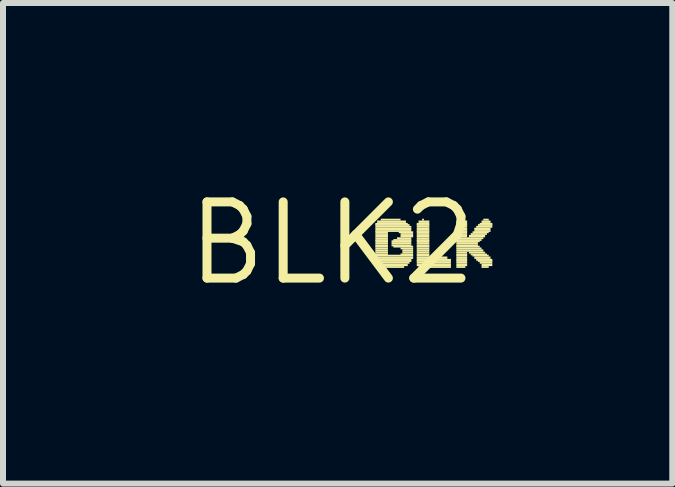
<source format=kicad_pcb>
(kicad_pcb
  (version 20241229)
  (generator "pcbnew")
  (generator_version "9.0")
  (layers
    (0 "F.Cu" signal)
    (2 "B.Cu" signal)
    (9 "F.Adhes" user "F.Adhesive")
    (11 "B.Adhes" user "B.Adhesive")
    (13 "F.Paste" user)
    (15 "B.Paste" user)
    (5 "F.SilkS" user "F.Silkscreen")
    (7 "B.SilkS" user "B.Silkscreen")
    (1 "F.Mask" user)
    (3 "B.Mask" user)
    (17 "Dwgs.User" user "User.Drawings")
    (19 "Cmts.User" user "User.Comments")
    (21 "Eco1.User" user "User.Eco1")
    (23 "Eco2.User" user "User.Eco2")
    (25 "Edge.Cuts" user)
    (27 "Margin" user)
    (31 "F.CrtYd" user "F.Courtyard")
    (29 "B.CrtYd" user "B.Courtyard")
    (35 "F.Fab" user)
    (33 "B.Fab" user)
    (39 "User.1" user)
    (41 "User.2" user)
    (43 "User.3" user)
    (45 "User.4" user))
  (footprint "BLK2"
    (layer "F.Cu")
    (at 2.487 1.006)
    (property "Reference" "BLK2" (at 0 0 0) (layer "F.SilkS") (effects (font (size 1.27 1.27) (thickness 0.15))))
    (fp_poly (pts (xy 0.72 -0.31) (xy 1.26 -0.31) (xy 1.26 -0.34) (xy 0.72 -0.34)) (stroke (width 0) (type solid)) (fill yes) (layer "F.SilkS"))
    (fp_poly (pts (xy 0.72 -0.29) (xy 1.29 -0.29) (xy 1.29 -0.32) (xy 0.72 -0.32)) (stroke (width 0) (type solid)) (fill yes) (layer "F.SilkS"))
    (fp_poly (pts (xy 0.72 -0.26) (xy 1.32 -0.26) (xy 1.32 -0.29) (xy 0.72 -0.29)) (stroke (width 0) (type solid)) (fill yes) (layer "F.SilkS"))
    (fp_poly (pts (xy 0.72 -0.22) (xy 1.32 -0.22) (xy 1.32 -0.26) (xy 0.72 -0.26)) (stroke (width 0) (type solid)) (fill yes) (layer "F.SilkS"))
    (fp_poly (pts (xy 0.72 -0.19) (xy 1.32 -0.19) (xy 1.32 -0.22) (xy 0.72 -0.22)) (stroke (width 0) (type solid)) (fill yes) (layer "F.SilkS"))
    (fp_poly (pts (xy 0.72 -0.17) (xy 0.93 -0.17) (xy 0.93 -0.2) (xy 0.72 -0.2)) (stroke (width 0) (type solid)) (fill yes) (layer "F.SilkS"))
    (fp_poly (pts (xy 0.72 -0.14) (xy 0.93 -0.14) (xy 0.93 -0.17) (xy 0.72 -0.17)) (stroke (width 0) (type solid)) (fill yes) (layer "F.SilkS"))
    (fp_poly (pts (xy 0.72 -0.1) (xy 0.93 -0.1) (xy 0.93 -0.14) (xy 0.72 -0.14)) (stroke (width 0) (type solid)) (fill yes) (layer "F.SilkS"))
    (fp_poly (pts (xy 0.72 -0.07) (xy 0.93 -0.07) (xy 0.93 -0.1) (xy 0.72 -0.1)) (stroke (width 0) (type solid)) (fill yes) (layer "F.SilkS"))
    (fp_poly (pts (xy 0.72 -0.04) (xy 0.93 -0.04) (xy 0.93 -0.07) (xy 0.72 -0.07)) (stroke (width 0) (type solid)) (fill yes) (layer "F.SilkS"))
    (fp_poly (pts (xy 0.72 -0.02) (xy 0.93 -0.02) (xy 0.93 -0.05) (xy 0.72 -0.05)) (stroke (width 0) (type solid)) (fill yes) (layer "F.SilkS"))
    (fp_poly (pts (xy 0.72 0.02) (xy 0.93 0.02) (xy 0.93 -0.02) (xy 0.72 -0.02)) (stroke (width 0) (type solid)) (fill yes) (layer "F.SilkS"))
    (fp_poly (pts (xy 0.72 0.05) (xy 0.93 0.05) (xy 0.93 0.02) (xy 0.72 0.02)) (stroke (width 0) (type solid)) (fill yes) (layer "F.SilkS"))
    (fp_poly (pts (xy 0.72 0.07) (xy 0.93 0.07) (xy 0.93 0.04) (xy 0.72 0.04)) (stroke (width 0) (type solid)) (fill yes) (layer "F.SilkS"))
    (fp_poly (pts (xy 0.72 0.1) (xy 0.93 0.1) (xy 0.93 0.07) (xy 0.72 0.07)) (stroke (width 0) (type solid)) (fill yes) (layer "F.SilkS"))
    (fp_poly (pts (xy 0.72 0.14) (xy 0.93 0.14) (xy 0.93 0.1) (xy 0.72 0.1)) (stroke (width 0) (type solid)) (fill yes) (layer "F.SilkS"))
    (fp_poly (pts (xy 0.72 0.17) (xy 0.93 0.17) (xy 0.93 0.14) (xy 0.72 0.14)) (stroke (width 0) (type solid)) (fill yes) (layer "F.SilkS"))
    (fp_poly (pts (xy 0.72 0.2) (xy 0.93 0.2) (xy 0.93 0.17) (xy 0.72 0.17)) (stroke (width 0) (type solid)) (fill yes) (layer "F.SilkS"))
    (fp_poly (pts (xy 0.72 0.22) (xy 1.35 0.22) (xy 1.35 0.19) (xy 0.72 0.19)) (stroke (width 0) (type solid)) (fill yes) (layer "F.SilkS"))
    (fp_poly (pts (xy 0.72 0.26) (xy 1.35 0.26) (xy 1.35 0.22) (xy 0.72 0.22)) (stroke (width 0) (type solid)) (fill yes) (layer "F.SilkS"))
    (fp_poly (pts (xy 0.72 0.29) (xy 1.32 0.29) (xy 1.32 0.26) (xy 0.72 0.26)) (stroke (width 0) (type solid)) (fill yes) (layer "F.SilkS"))
    (fp_poly (pts (xy 0.72 0.31) (xy 1.32 0.31) (xy 1.32 0.28) (xy 0.72 0.28)) (stroke (width 0) (type solid)) (fill yes) (layer "F.SilkS"))
    (fp_poly (pts (xy 0.72 0.34) (xy 1.29 0.34) (xy 1.29 0.31) (xy 0.72 0.31)) (stroke (width 0) (type solid)) (fill yes) (layer "F.SilkS"))
    (fp_poly (pts (xy 0.72 0.38) (xy 1.26 0.38) (xy 1.26 0.34) (xy 0.72 0.34)) (stroke (width 0) (type solid)) (fill yes) (layer "F.SilkS"))
    (fp_poly (pts (xy 0.75 -0.34) (xy 1.23 -0.34) (xy 1.23 -0.38) (xy 0.75 -0.38)) (stroke (width 0) (type solid)) (fill yes) (layer "F.SilkS"))
    (fp_poly (pts (xy 0.75 0.41) (xy 1.2 0.41) (xy 1.2 0.38) (xy 0.75 0.38)) (stroke (width 0) (type solid)) (fill yes) (layer "F.SilkS"))
    (fp_poly (pts (xy 0.81 -0.38) (xy 1.14 -0.38) (xy 1.14 -0.41) (xy 0.81 -0.41)) (stroke (width 0) (type solid)) (fill yes) (layer "F.SilkS"))
    (fp_poly (pts (xy 0.99 -0.02) (xy 1.32 -0.02) (xy 1.32 -0.05) (xy 0.99 -0.05)) (stroke (width 0) (type solid)) (fill yes) (layer "F.SilkS"))
    (fp_poly (pts (xy 0.99 0.02) (xy 1.32 0.02) (xy 1.32 -0.02) (xy 0.99 -0.02)) (stroke (width 0) (type solid)) (fill yes) (layer "F.SilkS"))
    (fp_poly (pts (xy 0.99 0.05) (xy 1.32 0.05) (xy 1.32 0.02) (xy 0.99 0.02)) (stroke (width 0) (type solid)) (fill yes) (layer "F.SilkS"))
    (fp_poly (pts (xy 1.02 -0.04) (xy 1.32 -0.04) (xy 1.32 -0.07) (xy 1.02 -0.07)) (stroke (width 0) (type solid)) (fill yes) (layer "F.SilkS"))
    (fp_poly (pts (xy 1.02 0.07) (xy 1.35 0.07) (xy 1.35 0.04) (xy 1.02 0.04)) (stroke (width 0) (type solid)) (fill yes) (layer "F.SilkS"))
    (fp_poly (pts (xy 1.08 -0.07) (xy 1.32 -0.07) (xy 1.32 -0.1) (xy 1.08 -0.1)) (stroke (width 0) (type solid)) (fill yes) (layer "F.SilkS"))
    (fp_poly (pts (xy 1.11 -0.17) (xy 1.35 -0.17) (xy 1.35 -0.2) (xy 1.11 -0.2)) (stroke (width 0) (type solid)) (fill yes) (layer "F.SilkS"))
    (fp_poly (pts (xy 1.14 -0.14) (xy 1.35 -0.14) (xy 1.35 -0.17) (xy 1.14 -0.17)) (stroke (width 0) (type solid)) (fill yes) (layer "F.SilkS"))
    (fp_poly (pts (xy 1.14 -0.1) (xy 1.35 -0.1) (xy 1.35 -0.14) (xy 1.14 -0.14)) (stroke (width 0) (type solid)) (fill yes) (layer "F.SilkS"))
    (fp_poly (pts (xy 1.14 0.1) (xy 1.35 0.1) (xy 1.35 0.07) (xy 1.14 0.07)) (stroke (width 0) (type solid)) (fill yes) (layer "F.SilkS"))
    (fp_poly (pts (xy 1.14 0.2) (xy 1.35 0.2) (xy 1.35 0.17) (xy 1.14 0.17)) (stroke (width 0) (type solid)) (fill yes) (layer "F.SilkS"))
    (fp_poly (pts (xy 1.17 0.14) (xy 1.35 0.14) (xy 1.35 0.1) (xy 1.17 0.1)) (stroke (width 0) (type solid)) (fill yes) (layer "F.SilkS"))
    (fp_poly (pts (xy 1.17 0.17) (xy 1.35 0.17) (xy 1.35 0.14) (xy 1.17 0.14)) (stroke (width 0) (type solid)) (fill yes) (layer "F.SilkS"))
    (fp_poly (pts (xy 1.41 -0.31) (xy 1.62 -0.31) (xy 1.62 -0.34) (xy 1.41 -0.34)) (stroke (width 0) (type solid)) (fill yes) (layer "F.SilkS"))
    (fp_poly (pts (xy 1.41 -0.29) (xy 1.62 -0.29) (xy 1.62 -0.32) (xy 1.41 -0.32)) (stroke (width 0) (type solid)) (fill yes) (layer "F.SilkS"))
    (fp_poly (pts (xy 1.41 -0.26) (xy 1.62 -0.26) (xy 1.62 -0.29) (xy 1.41 -0.29)) (stroke (width 0) (type solid)) (fill yes) (layer "F.SilkS"))
    (fp_poly (pts (xy 1.41 -0.22) (xy 1.62 -0.22) (xy 1.62 -0.26) (xy 1.41 -0.26)) (stroke (width 0) (type solid)) (fill yes) (layer "F.SilkS"))
    (fp_poly (pts (xy 1.41 -0.19) (xy 1.62 -0.19) (xy 1.62 -0.22) (xy 1.41 -0.22)) (stroke (width 0) (type solid)) (fill yes) (layer "F.SilkS"))
    (fp_poly (pts (xy 1.41 -0.17) (xy 1.62 -0.17) (xy 1.62 -0.2) (xy 1.41 -0.2)) (stroke (width 0) (type solid)) (fill yes) (layer "F.SilkS"))
    (fp_poly (pts (xy 1.41 -0.14) (xy 1.62 -0.14) (xy 1.62 -0.17) (xy 1.41 -0.17)) (stroke (width 0) (type solid)) (fill yes) (layer "F.SilkS"))
    (fp_poly (pts (xy 1.41 -0.1) (xy 1.62 -0.1) (xy 1.62 -0.14) (xy 1.41 -0.14)) (stroke (width 0) (type solid)) (fill yes) (layer "F.SilkS"))
    (fp_poly (pts (xy 1.41 -0.07) (xy 1.62 -0.07) (xy 1.62 -0.1) (xy 1.41 -0.1)) (stroke (width 0) (type solid)) (fill yes) (layer "F.SilkS"))
    (fp_poly (pts (xy 1.41 -0.04) (xy 1.62 -0.04) (xy 1.62 -0.07) (xy 1.41 -0.07)) (stroke (width 0) (type solid)) (fill yes) (layer "F.SilkS"))
    (fp_poly (pts (xy 1.41 -0.02) (xy 1.62 -0.02) (xy 1.62 -0.05) (xy 1.41 -0.05)) (stroke (width 0) (type solid)) (fill yes) (layer "F.SilkS"))
    (fp_poly (pts (xy 1.41 0.02) (xy 1.62 0.02) (xy 1.62 -0.02) (xy 1.41 -0.02)) (stroke (width 0) (type solid)) (fill yes) (layer "F.SilkS"))
    (fp_poly (pts (xy 1.41 0.05) (xy 1.62 0.05) (xy 1.62 0.02) (xy 1.41 0.02)) (stroke (width 0) (type solid)) (fill yes) (layer "F.SilkS"))
    (fp_poly (pts (xy 1.41 0.07) (xy 1.62 0.07) (xy 1.62 0.04) (xy 1.41 0.04)) (stroke (width 0) (type solid)) (fill yes) (layer "F.SilkS"))
    (fp_poly (pts (xy 1.41 0.1) (xy 1.62 0.1) (xy 1.62 0.07) (xy 1.41 0.07)) (stroke (width 0) (type solid)) (fill yes) (layer "F.SilkS"))
    (fp_poly (pts (xy 1.41 0.14) (xy 1.62 0.14) (xy 1.62 0.1) (xy 1.41 0.1)) (stroke (width 0) (type solid)) (fill yes) (layer "F.SilkS"))
    (fp_poly (pts (xy 1.41 0.17) (xy 1.62 0.17) (xy 1.62 0.14) (xy 1.41 0.14)) (stroke (width 0) (type solid)) (fill yes) (layer "F.SilkS"))
    (fp_poly (pts (xy 1.41 0.2) (xy 1.62 0.2) (xy 1.62 0.17) (xy 1.41 0.17)) (stroke (width 0) (type solid)) (fill yes) (layer "F.SilkS"))
    (fp_poly (pts (xy 1.41 0.22) (xy 1.62 0.22) (xy 1.62 0.19) (xy 1.41 0.19)) (stroke (width 0) (type solid)) (fill yes) (layer "F.SilkS"))
    (fp_poly (pts (xy 1.41 0.26) (xy 1.92 0.26) (xy 1.92 0.22) (xy 1.41 0.22)) (stroke (width 0) (type solid)) (fill yes) (layer "F.SilkS"))
    (fp_poly (pts (xy 1.41 0.29) (xy 1.98 0.29) (xy 1.98 0.26) (xy 1.41 0.26)) (stroke (width 0) (type solid)) (fill yes) (layer "F.SilkS"))
    (fp_poly (pts (xy 1.41 0.31) (xy 1.98 0.31) (xy 1.98 0.28) (xy 1.41 0.28)) (stroke (width 0) (type solid)) (fill yes) (layer "F.SilkS"))
    (fp_poly (pts (xy 1.41 0.34) (xy 1.98 0.34) (xy 1.98 0.31) (xy 1.41 0.31)) (stroke (width 0) (type solid)) (fill yes) (layer "F.SilkS"))
    (fp_poly (pts (xy 1.41 0.38) (xy 1.98 0.38) (xy 1.98 0.34) (xy 1.41 0.34)) (stroke (width 0) (type solid)) (fill yes) (layer "F.SilkS"))
    (fp_poly (pts (xy 1.44 -0.34) (xy 1.62 -0.34) (xy 1.62 -0.38) (xy 1.44 -0.38)) (stroke (width 0) (type solid)) (fill yes) (layer "F.SilkS"))
    (fp_poly (pts (xy 1.44 0.41) (xy 1.98 0.41) (xy 1.98 0.38) (xy 1.44 0.38)) (stroke (width 0) (type solid)) (fill yes) (layer "F.SilkS"))
    (fp_poly (pts (xy 1.5 -0.38) (xy 1.53 -0.38) (xy 1.53 -0.41) (xy 1.5 -0.41)) (stroke (width 0) (type solid)) (fill yes) (layer "F.SilkS"))
    (fp_poly (pts (xy 2.07 -0.34) (xy 2.25 -0.34) (xy 2.25 -0.38) (xy 2.07 -0.38)) (stroke (width 0) (type solid)) (fill yes) (layer "F.SilkS"))
    (fp_poly (pts (xy 2.07 -0.31) (xy 2.25 -0.31) (xy 2.25 -0.34) (xy 2.07 -0.34)) (stroke (width 0) (type solid)) (fill yes) (layer "F.SilkS"))
    (fp_poly (pts (xy 2.07 -0.29) (xy 2.25 -0.29) (xy 2.25 -0.32) (xy 2.07 -0.32)) (stroke (width 0) (type solid)) (fill yes) (layer "F.SilkS"))
    (fp_poly (pts (xy 2.07 -0.26) (xy 2.25 -0.26) (xy 2.25 -0.29) (xy 2.07 -0.29)) (stroke (width 0) (type solid)) (fill yes) (layer "F.SilkS"))
    (fp_poly (pts (xy 2.07 -0.22) (xy 2.25 -0.22) (xy 2.25 -0.26) (xy 2.07 -0.26)) (stroke (width 0) (type solid)) (fill yes) (layer "F.SilkS"))
    (fp_poly (pts (xy 2.07 -0.19) (xy 2.25 -0.19) (xy 2.25 -0.22) (xy 2.07 -0.22)) (stroke (width 0) (type solid)) (fill yes) (layer "F.SilkS"))
    (fp_poly (pts (xy 2.07 -0.17) (xy 2.25 -0.17) (xy 2.25 -0.2) (xy 2.07 -0.2)) (stroke (width 0) (type solid)) (fill yes) (layer "F.SilkS"))
    (fp_poly (pts (xy 2.07 -0.14) (xy 2.25 -0.14) (xy 2.25 -0.17) (xy 2.07 -0.17)) (stroke (width 0) (type solid)) (fill yes) (layer "F.SilkS"))
    (fp_poly (pts (xy 2.07 -0.1) (xy 2.25 -0.1) (xy 2.25 -0.14) (xy 2.07 -0.14)) (stroke (width 0) (type solid)) (fill yes) (layer "F.SilkS"))
    (fp_poly (pts (xy 2.07 -0.07) (xy 2.52 -0.07) (xy 2.52 -0.1) (xy 2.07 -0.1)) (stroke (width 0) (type solid)) (fill yes) (layer "F.SilkS"))
    (fp_poly (pts (xy 2.07 -0.04) (xy 2.49 -0.04) (xy 2.49 -0.07) (xy 2.07 -0.07)) (stroke (width 0) (type solid)) (fill yes) (layer "F.SilkS"))
    (fp_poly (pts (xy 2.07 -0.02) (xy 2.46 -0.02) (xy 2.46 -0.05) (xy 2.07 -0.05)) (stroke (width 0) (type solid)) (fill yes) (layer "F.SilkS"))
    (fp_poly (pts (xy 2.07 0.02) (xy 2.43 0.02) (xy 2.43 -0.02) (xy 2.07 -0.02)) (stroke (width 0) (type solid)) (fill yes) (layer "F.SilkS"))
    (fp_poly (pts (xy 2.07 0.05) (xy 2.43 0.05) (xy 2.43 0.02) (xy 2.07 0.02)) (stroke (width 0) (type solid)) (fill yes) (layer "F.SilkS"))
    (fp_poly (pts (xy 2.07 0.07) (xy 2.46 0.07) (xy 2.46 0.04) (xy 2.07 0.04)) (stroke (width 0) (type solid)) (fill yes) (layer "F.SilkS"))
    (fp_poly (pts (xy 2.07 0.1) (xy 2.49 0.1) (xy 2.49 0.07) (xy 2.07 0.07)) (stroke (width 0) (type solid)) (fill yes) (layer "F.SilkS"))
    (fp_poly (pts (xy 2.07 0.14) (xy 2.52 0.14) (xy 2.52 0.1) (xy 2.07 0.1)) (stroke (width 0) (type solid)) (fill yes) (layer "F.SilkS"))
    (fp_poly (pts (xy 2.07 0.17) (xy 2.25 0.17) (xy 2.25 0.14) (xy 2.07 0.14)) (stroke (width 0) (type solid)) (fill yes) (layer "F.SilkS"))
    (fp_poly (pts (xy 2.07 0.2) (xy 2.25 0.2) (xy 2.25 0.17) (xy 2.07 0.17)) (stroke (width 0) (type solid)) (fill yes) (layer "F.SilkS"))
    (fp_poly (pts (xy 2.07 0.22) (xy 2.25 0.22) (xy 2.25 0.19) (xy 2.07 0.19)) (stroke (width 0) (type solid)) (fill yes) (layer "F.SilkS"))
    (fp_poly (pts (xy 2.07 0.26) (xy 2.25 0.26) (xy 2.25 0.22) (xy 2.07 0.22)) (stroke (width 0) (type solid)) (fill yes) (layer "F.SilkS"))
    (fp_poly (pts (xy 2.07 0.29) (xy 2.25 0.29) (xy 2.25 0.26) (xy 2.07 0.26)) (stroke (width 0) (type solid)) (fill yes) (layer "F.SilkS"))
    (fp_poly (pts (xy 2.07 0.31) (xy 2.25 0.31) (xy 2.25 0.28) (xy 2.07 0.28)) (stroke (width 0) (type solid)) (fill yes) (layer "F.SilkS"))
    (fp_poly (pts (xy 2.07 0.34) (xy 2.25 0.34) (xy 2.25 0.31) (xy 2.07 0.31)) (stroke (width 0) (type solid)) (fill yes) (layer "F.SilkS"))
    (fp_poly (pts (xy 2.07 0.38) (xy 2.25 0.38) (xy 2.25 0.34) (xy 2.07 0.34)) (stroke (width 0) (type solid)) (fill yes) (layer "F.SilkS"))
    (fp_poly (pts (xy 2.07 0.41) (xy 2.22 0.41) (xy 2.22 0.38) (xy 2.07 0.38)) (stroke (width 0) (type solid)) (fill yes) (layer "F.SilkS"))
    (fp_poly (pts (xy 2.13 -0.38) (xy 2.19 -0.38) (xy 2.19 -0.41) (xy 2.13 -0.41)) (stroke (width 0) (type solid)) (fill yes) (layer "F.SilkS"))
    (fp_poly (pts (xy 2.28 -0.1) (xy 2.55 -0.1) (xy 2.55 -0.14) (xy 2.28 -0.14)) (stroke (width 0) (type solid)) (fill yes) (layer "F.SilkS"))
    (fp_poly (pts (xy 2.28 0.17) (xy 2.55 0.17) (xy 2.55 0.14) (xy 2.28 0.14)) (stroke (width 0) (type solid)) (fill yes) (layer "F.SilkS"))
    (fp_poly (pts (xy 2.31 -0.14) (xy 2.58 -0.14) (xy 2.58 -0.17) (xy 2.31 -0.17)) (stroke (width 0) (type solid)) (fill yes) (layer "F.SilkS"))
    (fp_poly (pts (xy 2.31 0.2) (xy 2.58 0.2) (xy 2.58 0.17) (xy 2.31 0.17)) (stroke (width 0) (type solid)) (fill yes) (layer "F.SilkS"))
    (fp_poly (pts (xy 2.34 -0.17) (xy 2.61 -0.17) (xy 2.61 -0.2) (xy 2.34 -0.2)) (stroke (width 0) (type solid)) (fill yes) (layer "F.SilkS"))
    (fp_poly (pts (xy 2.34 0.22) (xy 2.61 0.22) (xy 2.61 0.19) (xy 2.34 0.19)) (stroke (width 0) (type solid)) (fill yes) (layer "F.SilkS"))
    (fp_poly (pts (xy 2.37 -0.22) (xy 2.64 -0.22) (xy 2.64 -0.26) (xy 2.37 -0.26)) (stroke (width 0) (type solid)) (fill yes) (layer "F.SilkS"))
    (fp_poly (pts (xy 2.37 -0.19) (xy 2.64 -0.19) (xy 2.64 -0.22) (xy 2.37 -0.22)) (stroke (width 0) (type solid)) (fill yes) (layer "F.SilkS"))
    (fp_poly (pts (xy 2.37 0.26) (xy 2.64 0.26) (xy 2.64 0.22) (xy 2.37 0.22)) (stroke (width 0) (type solid)) (fill yes) (layer "F.SilkS"))
    (fp_poly (pts (xy 2.4 -0.26) (xy 2.67 -0.26) (xy 2.67 -0.29) (xy 2.4 -0.29)) (stroke (width 0) (type solid)) (fill yes) (layer "F.SilkS"))
    (fp_poly (pts (xy 2.4 0.29) (xy 2.67 0.29) (xy 2.67 0.26) (xy 2.4 0.26)) (stroke (width 0) (type solid)) (fill yes) (layer "F.SilkS"))
    (fp_poly (pts (xy 2.43 -0.29) (xy 2.67 -0.29) (xy 2.67 -0.32) (xy 2.43 -0.32)) (stroke (width 0) (type solid)) (fill yes) (layer "F.SilkS"))
    (fp_poly (pts (xy 2.43 0.31) (xy 2.67 0.31) (xy 2.67 0.28) (xy 2.43 0.28)) (stroke (width 0) (type solid)) (fill yes) (layer "F.SilkS"))
    (fp_poly (pts (xy 2.46 -0.31) (xy 2.67 -0.31) (xy 2.67 -0.34) (xy 2.46 -0.34)) (stroke (width 0) (type solid)) (fill yes) (layer "F.SilkS"))
    (fp_poly (pts (xy 2.46 0.34) (xy 2.67 0.34) (xy 2.67 0.31) (xy 2.46 0.31)) (stroke (width 0) (type solid)) (fill yes) (layer "F.SilkS"))
    (fp_poly (pts (xy 2.49 -0.34) (xy 2.64 -0.34) (xy 2.64 -0.38) (xy 2.49 -0.38)) (stroke (width 0) (type solid)) (fill yes) (layer "F.SilkS"))
    (fp_poly (pts (xy 2.49 0.38) (xy 2.67 0.38) (xy 2.67 0.34) (xy 2.49 0.34)) (stroke (width 0) (type solid)) (fill yes) (layer "F.SilkS"))
    (fp_poly (pts (xy 2.49 0.41) (xy 2.61 0.41) (xy 2.61 0.38) (xy 2.49 0.38)) (stroke (width 0) (type solid)) (fill yes) (layer "F.SilkS"))
    (fp_poly (pts (xy 2.52 -0.38) (xy 2.61 -0.38) (xy 2.61 -0.41) (xy 2.52 -0.41)) (stroke (width 0) (type solid)) (fill yes) (layer "F.SilkS")))
  (gr_rect
    (start -3 -3)
    (end 8.157 5.012)
    (stroke (width 0.1) (type default))
    (fill no)
    (layer "Edge.Cuts")))
</source>
